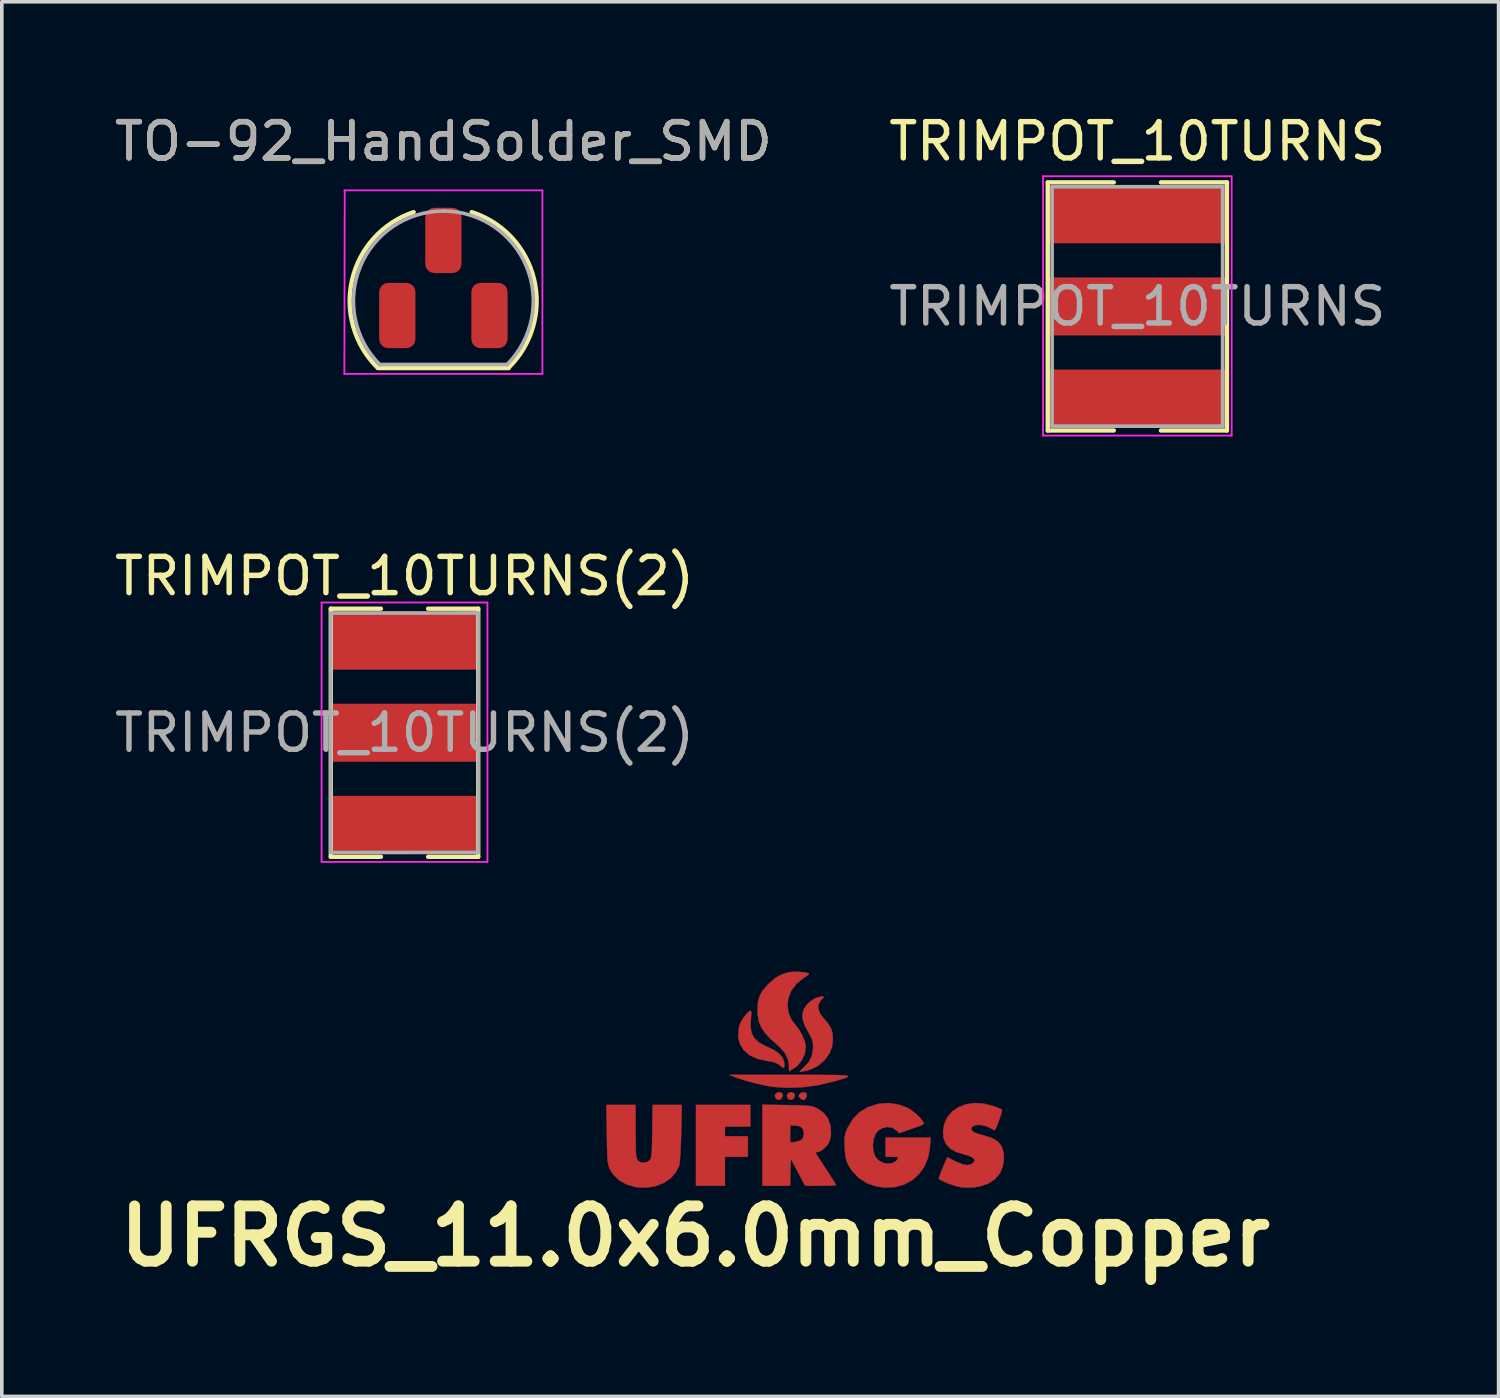
<source format=kicad_pcb>
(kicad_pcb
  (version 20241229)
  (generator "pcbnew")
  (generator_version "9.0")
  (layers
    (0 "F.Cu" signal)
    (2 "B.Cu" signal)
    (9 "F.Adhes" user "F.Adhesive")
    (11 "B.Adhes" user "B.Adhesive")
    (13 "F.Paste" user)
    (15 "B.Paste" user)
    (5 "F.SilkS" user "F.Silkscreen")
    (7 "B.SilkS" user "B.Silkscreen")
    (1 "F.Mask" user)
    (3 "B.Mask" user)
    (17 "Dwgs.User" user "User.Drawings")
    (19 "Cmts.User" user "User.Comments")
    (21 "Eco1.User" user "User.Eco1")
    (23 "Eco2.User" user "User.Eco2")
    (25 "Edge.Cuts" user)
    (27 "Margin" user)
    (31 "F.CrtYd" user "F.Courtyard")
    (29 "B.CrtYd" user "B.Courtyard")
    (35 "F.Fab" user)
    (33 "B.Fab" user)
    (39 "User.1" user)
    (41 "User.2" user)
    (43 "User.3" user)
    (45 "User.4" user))
  (footprint "TRIMPOT_10TURNS(2)"
    (layer "F.Cu")
    (at 8.101 14.61)
    (property "Reference" "TRIMPOT_10TURNS(2)" (at 0 -1.778 0) (layer "F.SilkS") (effects (font (size 1 1) (thickness 0.15))))
    (attr through_hole)
    (fp_line (start -2.032 -0.88) (end -2.032 5.96) (stroke (width 0.12) (type solid)) (layer "F.SilkS"))
    (fp_line (start -2.032 -0.88) (end -0.65 -0.88) (stroke (width 0.12) (type solid)) (layer "F.SilkS"))
    (fp_line (start -2.032 5.96) (end -0.65 5.96) (stroke (width 0.12) (type solid)) (layer "F.SilkS"))
    (fp_line (start 0.65 -0.88) (end 2.032 -0.88) (stroke (width 0.12) (type solid)) (layer "F.SilkS"))
    (fp_line (start 0.65 5.96) (end 2.032 5.96) (stroke (width 0.12) (type solid)) (layer "F.SilkS"))
    (fp_line (start 2.032 -0.88) (end 2.032 5.96) (stroke (width 0.12) (type solid)) (layer "F.SilkS"))
    (fp_line (start -2.286 -1.05) (end -2.286 6.096) (stroke (width 0.05) (type solid)) (layer "F.CrtYd"))
    (fp_line (start -2.286 6.1) (end 2.286 6.1) (stroke (width 0.05) (type solid)) (layer "F.CrtYd"))
    (fp_line (start 2.286 -1.05) (end -2.286 -1.05) (stroke (width 0.05) (type solid)) (layer "F.CrtYd"))
    (fp_line (start 2.286 6.096) (end 2.286 -1.05) (stroke (width 0.05) (type solid)) (layer "F.CrtYd"))
    (fp_line (start -2.032 -0.76) (end 2.032 -0.762) (stroke (width 0.1) (type solid)) (layer "F.Fab"))
    (fp_line (start -2.032 5.84) (end -2.032 -0.76) (stroke (width 0.1) (type solid)) (layer "F.Fab"))
    (fp_line (start 2.032 -0.76) (end 2.032 5.842) (stroke (width 0.1) (type solid)) (layer "F.Fab"))
    (fp_line (start 2.032 5.84) (end -2.032 5.842) (stroke (width 0.1) (type solid)) (layer "F.Fab"))
    (fp_text user "${REFERENCE}" (at 0 2.54 0) (layer "F.Fab") (effects (font (size 1 1) (thickness 0.15))))
    (pad "1" smd rect (at 0 0) (size 4 1.6) (layers "F.Cu" "F.Mask" "F.Paste"))
    (pad "2" smd rect (at 0 2.54) (size 4 1.6) (layers "F.Cu" "F.Mask" "F.Paste"))
    (pad "3" smd rect (at 0 5.08) (size 4 1.6) (layers "F.Cu" "F.Mask" "F.Paste")))
  (footprint "TRIMPOT_10TURNS"
    (layer "F.Cu")
    (at 28.304 2.858)
    (property "Reference" "TRIMPOT_10TURNS" (at 0 -2.01 0) (layer "F.SilkS") (effects (font (size 1 1) (thickness 0.15))))
    (attr through_hole)
    (fp_line (start -2.47 -0.88) (end -2.47 5.96) (stroke (width 0.12) (type solid)) (layer "F.SilkS"))
    (fp_line (start -2.47 -0.88) (end -0.65 -0.88) (stroke (width 0.12) (type solid)) (layer "F.SilkS"))
    (fp_line (start -2.47 5.96) (end -0.65 5.96) (stroke (width 0.12) (type solid)) (layer "F.SilkS"))
    (fp_line (start 0.65 -0.88) (end 2.47 -0.88) (stroke (width 0.12) (type solid)) (layer "F.SilkS"))
    (fp_line (start 0.65 5.96) (end 2.47 5.96) (stroke (width 0.12) (type solid)) (layer "F.SilkS"))
    (fp_line (start 2.47 -0.88) (end 2.47 5.96) (stroke (width 0.12) (type solid)) (layer "F.SilkS"))
    (fp_line (start -2.6 -1.05) (end -2.6 6.1) (stroke (width 0.05) (type solid)) (layer "F.CrtYd"))
    (fp_line (start -2.6 6.1) (end 2.6 6.1) (stroke (width 0.05) (type solid)) (layer "F.CrtYd"))
    (fp_line (start 2.6 -1.05) (end -2.6 -1.05) (stroke (width 0.05) (type solid)) (layer "F.CrtYd"))
    (fp_line (start 2.6 6.1) (end 2.6 -1.05) (stroke (width 0.05) (type solid)) (layer "F.CrtYd"))
    (fp_line (start -2.35 -0.76) (end 2.35 -0.76) (stroke (width 0.1) (type solid)) (layer "F.Fab"))
    (fp_line (start -2.35 5.84) (end -2.35 -0.76) (stroke (width 0.1) (type solid)) (layer "F.Fab"))
    (fp_line (start 2.35 -0.76) (end 2.35 5.84) (stroke (width 0.1) (type solid)) (layer "F.Fab"))
    (fp_line (start 2.35 5.84) (end -2.35 5.84) (stroke (width 0.1) (type solid)) (layer "F.Fab"))
    (fp_text user "${REFERENCE}" (at 0 2.54 0) (layer "F.Fab") (effects (font (size 1 1) (thickness 0.15))))
    (pad "1" smd rect (at 0 0) (size 5 1.6) (layers "F.Cu" "F.Mask" "F.Paste"))
    (pad "2" smd rect (at 0 2.54) (size 5 1.6) (layers "F.Cu" "F.Mask" "F.Paste"))
    (pad "3" smd rect (at 0 5.08) (size 5 1.6) (layers "F.Cu" "F.Mask" "F.Paste")))
  (footprint "UFRGS_11.0x6.0mm_Copper"
    (layer "F.Cu")
    (at 18.734 26.735)
    (property "Reference" "UFRGS_11.0x6.0mm_Copper" (at -2.616 4.293 0) (layer "F.SilkS") (effects (font (size 1.524 1.524) (thickness 0.3))))
    (attr through_hole)
    (fp_poly (pts (xy -1.1 1.273) (xy -1.799 1.273) (xy -1.799 1.539) (xy -1.166 1.539) (xy -1.166 2.105) (xy -1.799 2.105) (xy -1.799 2.904) (xy -2.598 2.904) (xy -2.598 0.674) (xy -1.1 0.674) (xy -1.1 1.273)) (stroke (width 0.01) (type solid)) (fill yes) (layer "F.Cu"))
    (fp_poly (pts (xy -0.229 0.349) (xy -0.203 0.409) (xy -0.228 0.483) (xy -0.235 0.492) (xy -0.303 0.537) (xy -0.374 0.516) (xy -0.403 0.488) (xy -0.426 0.42) (xy -0.396 0.36) (xy -0.324 0.326) (xy -0.297 0.324) (xy -0.229 0.349)) (stroke (width 0.01) (type solid)) (fill yes) (layer "F.Cu"))
    (fp_poly (pts (xy 0.104 0.349) (xy 0.13 0.409) (xy 0.105 0.483) (xy 0.098 0.492) (xy 0.03 0.537) (xy -0.041 0.516) (xy -0.07 0.488) (xy -0.093 0.42) (xy -0.063 0.36) (xy 0.008 0.326) (xy 0.035 0.324) (xy 0.104 0.349)) (stroke (width 0.01) (type solid)) (fill yes) (layer "F.Cu"))
    (fp_poly (pts (xy 0.439 0.348) (xy 0.459 0.384) (xy 0.45 0.451) (xy 0.413 0.513) (xy 0.368 0.541) (xy 0.326 0.523) (xy 0.28 0.493) (xy 0.236 0.445) (xy 0.248 0.391) (xy 0.252 0.384) (xy 0.308 0.337) (xy 0.379 0.325) (xy 0.439 0.348)) (stroke (width 0.01) (type solid)) (fill yes) (layer "F.Cu"))
    (fp_poly (pts (xy 0.016 -0.154) (xy 0.41 -0.154) (xy 0.741 -0.153) (xy 1.013 -0.152) (xy 1.229 -0.149) (xy 1.392 -0.145) (xy 1.506 -0.138) (xy 1.574 -0.128) (xy 1.6 -0.115) (xy 1.587 -0.097) (xy 1.539 -0.075) (xy 1.459 -0.048) (xy 1.351 -0.016) (xy 1.219 0.023) (xy 1.205 0.027) (xy 0.783 0.126) (xy 0.351 0.186) (xy -0.074 0.203) (xy -0.47 0.177) (xy -0.516 0.171) (xy -0.683 0.14) (xy -0.884 0.095) (xy -1.098 0.041) (xy -1.3 -0.017) (xy -1.467 -0.071) (xy -1.516 -0.09) (xy -1.682 -0.155) (xy 0.016 -0.154)) (stroke (width 0.01) (type solid)) (fill yes) (layer "F.Cu"))
    (fp_poly (pts (xy -1.075 -1.892) (xy -1.075 -1.8) (xy -1.081 -1.741) (xy -1.095 -1.509) (xy -1.069 -1.323) (xy -0.997 -1.176) (xy -0.875 -1.056) (xy -0.697 -0.956) (xy -0.651 -0.936) (xy -0.446 -0.837) (xy -0.301 -0.734) (xy -0.21 -0.623) (xy -0.169 -0.517) (xy -0.157 -0.417) (xy -0.169 -0.357) (xy -0.201 -0.347) (xy -0.235 -0.376) (xy -0.338 -0.458) (xy -0.493 -0.515) (xy -0.65 -0.542) (xy -0.905 -0.598) (xy -1.114 -0.694) (xy -1.274 -0.828) (xy -1.38 -0.995) (xy -1.431 -1.19) (xy -1.422 -1.409) (xy -1.394 -1.528) (xy -1.355 -1.617) (xy -1.293 -1.718) (xy -1.221 -1.814) (xy -1.152 -1.887) (xy -1.099 -1.922) (xy -1.093 -1.923) (xy -1.075 -1.892)) (stroke (width 0.01) (type solid)) (fill yes) (layer "F.Cu"))
    (fp_poly (pts (xy 0.918 -2.289) (xy 0.868 -2.231) (xy 0.858 -2.221) (xy 0.781 -2.106) (xy 0.77 -1.981) (xy 0.823 -1.842) (xy 0.925 -1.709) (xy 1.05 -1.56) (xy 1.128 -1.427) (xy 1.167 -1.292) (xy 1.176 -1.141) (xy 1.154 -0.933) (xy 1.088 -0.755) (xy 0.967 -0.585) (xy 0.945 -0.559) (xy 0.759 -0.398) (xy 0.548 -0.298) (xy 0.465 -0.277) (xy 0.366 -0.256) (xy 0.285 -0.238) (xy 0.282 -0.237) (xy 0.263 -0.244) (xy 0.297 -0.287) (xy 0.358 -0.343) (xy 0.507 -0.5) (xy 0.595 -0.67) (xy 0.63 -0.866) (xy 0.632 -0.917) (xy 0.627 -1.027) (xy 0.607 -1.119) (xy 0.564 -1.217) (xy 0.495 -1.339) (xy 0.394 -1.53) (xy 0.344 -1.695) (xy 0.342 -1.844) (xy 0.363 -1.934) (xy 0.436 -2.064) (xy 0.553 -2.18) (xy 0.695 -2.266) (xy 0.755 -2.287) (xy 0.866 -2.314) (xy 0.919 -2.316) (xy 0.918 -2.289)) (stroke (width 0.01) (type solid)) (fill yes) (layer "F.Cu"))
    (fp_poly (pts (xy 0.208 -2.994) (xy 0.333 -2.986) (xy 0.441 -2.971) (xy 0.51 -2.951) (xy 0.521 -2.944) (xy 0.502 -2.92) (xy 0.441 -2.873) (xy 0.365 -2.821) (xy 0.166 -2.66) (xy 0.026 -2.47) (xy -0.055 -2.254) (xy -0.074 -2.075) (xy -0.05 -1.87) (xy 0.03 -1.684) (xy 0.145 -1.532) (xy 0.252 -1.39) (xy 0.342 -1.227) (xy 0.405 -1.064) (xy 0.431 -0.924) (xy 0.431 -0.915) (xy 0.401 -0.728) (xy 0.316 -0.55) (xy 0.189 -0.398) (xy 0.057 -0.305) (xy -0.034 -0.257) (xy -0.034 -0.409) (xy -0.06 -0.584) (xy -0.14 -0.748) (xy -0.279 -0.91) (xy -0.356 -0.98) (xy -0.552 -1.156) (xy -0.696 -1.312) (xy -0.797 -1.462) (xy -0.859 -1.617) (xy -0.892 -1.79) (xy -0.9 -1.975) (xy -0.888 -2.165) (xy -0.846 -2.323) (xy -0.766 -2.468) (xy -0.639 -2.619) (xy -0.588 -2.671) (xy -0.419 -2.818) (xy -0.251 -2.915) (xy -0.061 -2.976) (xy -0.012 -2.986) (xy 0.085 -2.995) (xy 0.208 -2.994)) (stroke (width 0.01) (type solid)) (fill yes) (layer "F.Cu"))
    (fp_poly (pts (xy -4.262 1.399) (xy -4.261 1.645) (xy -4.259 1.834) (xy -4.254 1.973) (xy -4.246 2.072) (xy -4.235 2.139) (xy -4.219 2.182) (xy -4.21 2.198) (xy -4.132 2.257) (xy -4.03 2.272) (xy -3.928 2.242) (xy -3.876 2.202) (xy -3.855 2.173) (xy -3.839 2.135) (xy -3.827 2.077) (xy -3.818 1.992) (xy -3.812 1.869) (xy -3.807 1.701) (xy -3.804 1.477) (xy -3.803 1.403) (xy -3.792 0.674) (xy -2.989 0.674) (xy -3.006 1.448) (xy -3.012 1.676) (xy -3.021 1.889) (xy -3.032 2.074) (xy -3.043 2.22) (xy -3.054 2.316) (xy -3.06 2.342) (xy -3.153 2.534) (xy -3.298 2.696) (xy -3.485 2.824) (xy -3.704 2.911) (xy -3.946 2.954) (xy -4.201 2.948) (xy -4.262 2.939) (xy -4.509 2.867) (xy -4.717 2.75) (xy -4.881 2.591) (xy -4.974 2.438) (xy -4.996 2.385) (xy -5.013 2.328) (xy -5.026 2.256) (xy -5.036 2.161) (xy -5.043 2.033) (xy -5.048 1.863) (xy -5.053 1.641) (xy -5.055 1.481) (xy -5.067 0.674) (xy -4.262 0.674) (xy -4.262 1.399)) (stroke (width 0.01) (type solid)) (fill yes) (layer "F.Cu"))
    (fp_poly (pts (xy -0.093 0.679) (xy 0.138 0.683) (xy 0.314 0.688) (xy 0.444 0.695) (xy 0.54 0.705) (xy 0.612 0.719) (xy 0.672 0.738) (xy 0.73 0.763) (xy 0.743 0.77) (xy 0.917 0.89) (xy 1.041 1.05) (xy 1.111 1.245) (xy 1.125 1.471) (xy 1.115 1.563) (xy 1.081 1.688) (xy 1.013 1.794) (xy 0.965 1.846) (xy 0.881 1.918) (xy 0.803 1.963) (xy 0.769 1.972) (xy 0.712 1.978) (xy 0.698 1.988) (xy 0.715 2.02) (xy 0.763 2.098) (xy 0.836 2.211) (xy 0.926 2.35) (xy 0.981 2.434) (xy 1.079 2.583) (xy 1.161 2.713) (xy 1.224 2.812) (xy 1.259 2.872) (xy 1.264 2.884) (xy 1.233 2.892) (xy 1.148 2.898) (xy 1.021 2.902) (xy 0.864 2.904) (xy 0.838 2.904) (xy 0.412 2.904) (xy 0.016 2.155) (xy -0.003 2.904) (xy -0.767 2.904) (xy -0.767 1.714) (xy -0.001 1.714) (xy 0.137 1.696) (xy 0.237 1.672) (xy 0.314 1.636) (xy 0.327 1.625) (xy 0.362 1.558) (xy 0.378 1.463) (xy 0.379 1.457) (xy 0.354 1.342) (xy 0.279 1.271) (xy 0.153 1.242) (xy 0.124 1.241) (xy -0.001 1.24) (xy -0.001 1.714) (xy -0.767 1.714) (xy -0.767 0.668) (xy -0.093 0.679)) (stroke (width 0.01) (type solid)) (fill yes) (layer "F.Cu"))
    (fp_poly (pts (xy 2.977 0.663) (xy 3.217 0.746) (xy 3.337 0.818) (xy 3.465 0.919) (xy 3.578 1.029) (xy 3.655 1.129) (xy 3.66 1.138) (xy 3.676 1.166) (xy 3.682 1.188) (xy 3.669 1.207) (xy 3.628 1.23) (xy 3.55 1.261) (xy 3.426 1.305) (xy 3.276 1.358) (xy 3.008 1.452) (xy 2.938 1.383) (xy 2.819 1.306) (xy 2.681 1.282) (xy 2.542 1.31) (xy 2.421 1.387) (xy 2.358 1.463) (xy 2.301 1.608) (xy 2.279 1.78) (xy 2.293 1.952) (xy 2.344 2.098) (xy 2.347 2.104) (xy 2.438 2.206) (xy 2.558 2.271) (xy 2.689 2.296) (xy 2.816 2.28) (xy 2.92 2.221) (xy 2.954 2.18) (xy 2.979 2.138) (xy 2.975 2.115) (xy 2.928 2.107) (xy 2.829 2.105) (xy 2.816 2.105) (xy 2.629 2.105) (xy 2.629 1.573) (xy 3.87 1.573) (xy 3.852 1.837) (xy 3.803 2.122) (xy 3.7 2.372) (xy 3.55 2.583) (xy 3.359 2.752) (xy 3.132 2.872) (xy 2.876 2.941) (xy 2.597 2.953) (xy 2.366 2.92) (xy 2.114 2.831) (xy 1.89 2.686) (xy 1.704 2.494) (xy 1.59 2.309) (xy 1.55 2.212) (xy 1.524 2.102) (xy 1.509 1.959) (xy 1.502 1.83) (xy 1.498 1.675) (xy 1.502 1.564) (xy 1.517 1.476) (xy 1.547 1.39) (xy 1.59 1.295) (xy 1.733 1.056) (xy 1.918 0.87) (xy 2.145 0.735) (xy 2.416 0.649) (xy 2.456 0.642) (xy 2.712 0.625) (xy 2.977 0.663)) (stroke (width 0.01) (type solid)) (fill yes) (layer "F.Cu"))
    (fp_poly (pts (xy 5.332 0.639) (xy 5.592 0.704) (xy 5.705 0.746) (xy 5.793 0.783) (xy 5.837 0.807) (xy 5.836 0.845) (xy 5.815 0.926) (xy 5.78 1.034) (xy 5.739 1.15) (xy 5.696 1.257) (xy 5.659 1.337) (xy 5.639 1.369) (xy 5.606 1.362) (xy 5.546 1.329) (xy 5.425 1.268) (xy 5.296 1.234) (xy 5.174 1.225) (xy 5.073 1.242) (xy 5.009 1.285) (xy 4.992 1.333) (xy 5.009 1.383) (xy 5.064 1.427) (xy 5.166 1.469) (xy 5.324 1.513) (xy 5.359 1.522) (xy 5.572 1.592) (xy 5.727 1.69) (xy 5.828 1.82) (xy 5.881 1.987) (xy 5.891 2.131) (xy 5.863 2.364) (xy 5.778 2.562) (xy 5.641 2.723) (xy 5.454 2.844) (xy 5.22 2.923) (xy 5.034 2.95) (xy 4.89 2.954) (xy 4.74 2.945) (xy 4.677 2.937) (xy 4.572 2.912) (xy 4.449 2.873) (xy 4.323 2.826) (xy 4.212 2.779) (xy 4.13 2.737) (xy 4.094 2.707) (xy 4.094 2.704) (xy 4.106 2.663) (xy 4.138 2.577) (xy 4.185 2.46) (xy 4.211 2.397) (xy 4.328 2.117) (xy 4.548 2.228) (xy 4.733 2.306) (xy 4.878 2.335) (xy 4.987 2.314) (xy 5.042 2.272) (xy 5.082 2.219) (xy 5.076 2.178) (xy 5.047 2.144) (xy 4.985 2.103) (xy 4.883 2.063) (xy 4.801 2.04) (xy 4.572 1.971) (xy 4.403 1.874) (xy 4.289 1.747) (xy 4.227 1.585) (xy 4.213 1.423) (xy 4.246 1.202) (xy 4.332 1.012) (xy 4.466 0.856) (xy 4.64 0.736) (xy 4.847 0.658) (xy 5.08 0.624) (xy 5.332 0.639)) (stroke (width 0.01) (type solid)) (fill yes) (layer "F.Cu")))
  (footprint "TO-92_HandSolder_SMD"
    (layer "F.Cu")
    (at 7.903 5.248)
    (property "Reference" "TO-92_HandSolder_SMD" (at 1.27 -4.4 0) (layer "F.SilkS") (effects (font (size 1 1) (thickness 0.15))))
    (attr smd)
    (fp_line (start -0.53 1.85) (end 3.07 1.85) (stroke (width 0.12) (type solid)) (layer "F.SilkS"))
    (fp_arc (start -0.541875 1.841741) (mid -1.247231 -0.581764) (end 0.45 -2.45) (stroke (width 0.12) (type solid)) (layer "F.SilkS"))
    (fp_arc (start 2.05 -2.45) (mid 3.769931 -0.601036) (end 3.078445 1.827684) (stroke (width 0.12) (type solid)) (layer "F.SilkS"))
    (fp_line (start -1.46 -3.05) (end 4 -3.05) (stroke (width 0.05) (type solid)) (layer "F.CrtYd"))
    (fp_line (start -1.45 -3.05) (end -1.46 2.01) (stroke (width 0.05) (type solid)) (layer "F.CrtYd"))
    (fp_line (start 4 2.01) (end -1.46 2.01) (stroke (width 0.05) (type solid)) (layer "F.CrtYd"))
    (fp_line (start 4 2.01) (end 4 -3.05) (stroke (width 0.05) (type solid)) (layer "F.CrtYd"))
    (fp_line (start -0.5 1.75) (end 3 1.75) (stroke (width 0.1) (type solid)) (layer "F.Fab"))
    (fp_arc (start -0.483625 1.753625) (mid -1.021221 -0.949055) (end 1.27 -2.48) (stroke (width 0.1) (type solid)) (layer "F.Fab"))
    (fp_arc (start 1.27 -2.48) (mid 3.561221 -0.949055) (end 3.023625 1.753625) (stroke (width 0.1) (type solid)) (layer "F.Fab"))
    (fp_text user "${REFERENCE}" (at 1.27 -4.4 0) (layer "F.Fab") (effects (font (size 1 1) (thickness 0.15))))
    (pad "1" smd roundrect (at 0 0) (size 1 1.8) (drill (offset 0 0.4)) (layers "F.Cu" "F.Mask" "F.Paste") (roundrect_rratio 0.25))
    (pad "2" smd roundrect (at 1.27 -1.27) (size 1 1.8) (drill (offset 0 -0.4)) (layers "F.Cu" "F.Mask" "F.Paste") (roundrect_rratio 0.25))
    (pad "3" smd roundrect (at 2.54 0) (size 1 1.8) (drill (offset 0 0.4)) (layers "F.Cu" "F.Mask" "F.Paste") (roundrect_rratio 0.25)))
  (gr_rect
    (start -3 -3)
    (end 38.262 35.445)
    (stroke (width 0.1) (type default))
    (fill no)
    (layer "Edge.Cuts")))
</source>
